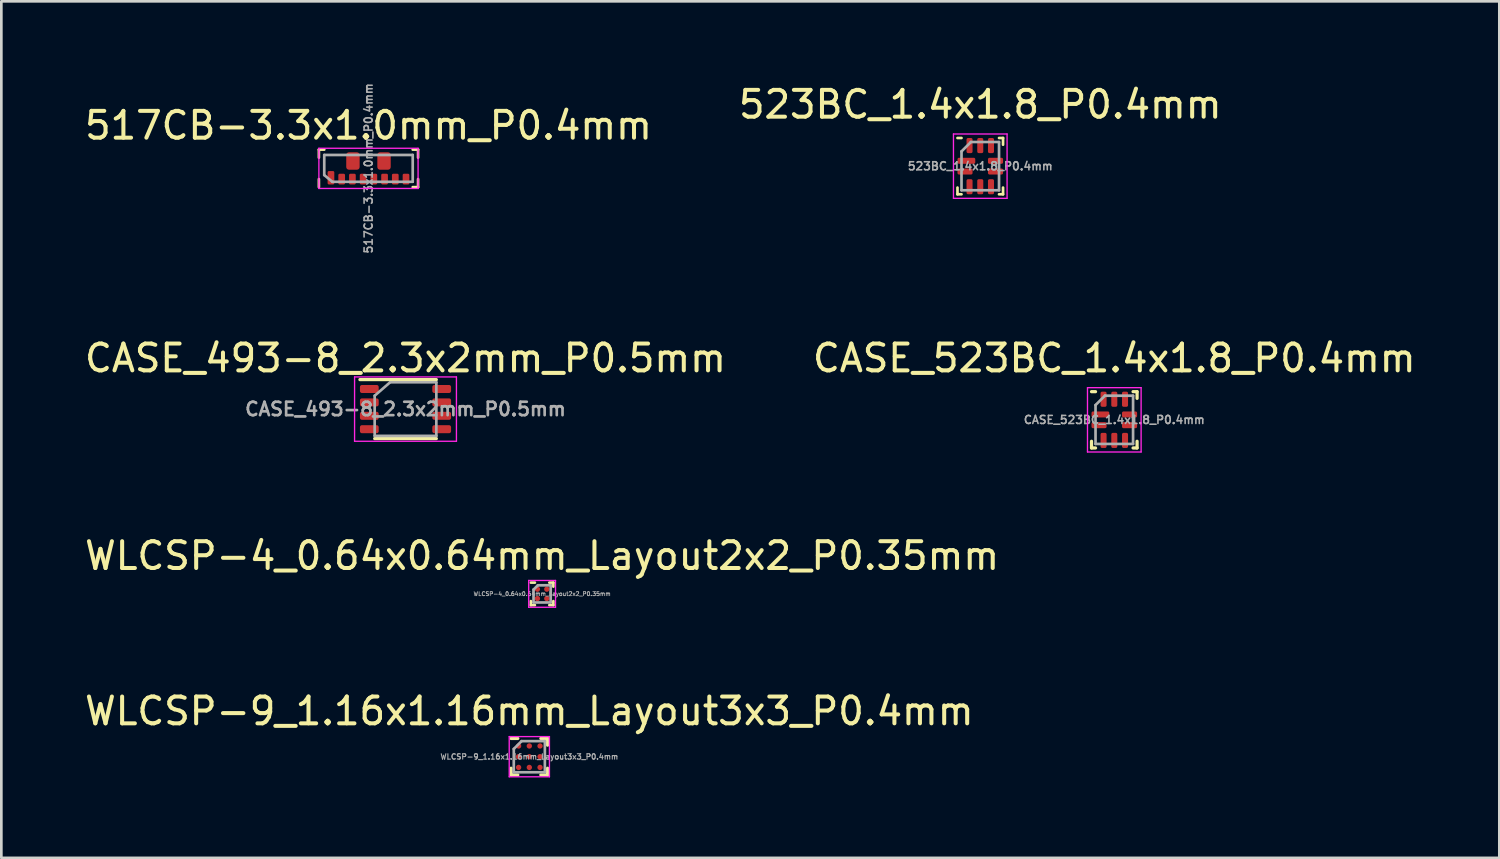
<source format=kicad_pcb>
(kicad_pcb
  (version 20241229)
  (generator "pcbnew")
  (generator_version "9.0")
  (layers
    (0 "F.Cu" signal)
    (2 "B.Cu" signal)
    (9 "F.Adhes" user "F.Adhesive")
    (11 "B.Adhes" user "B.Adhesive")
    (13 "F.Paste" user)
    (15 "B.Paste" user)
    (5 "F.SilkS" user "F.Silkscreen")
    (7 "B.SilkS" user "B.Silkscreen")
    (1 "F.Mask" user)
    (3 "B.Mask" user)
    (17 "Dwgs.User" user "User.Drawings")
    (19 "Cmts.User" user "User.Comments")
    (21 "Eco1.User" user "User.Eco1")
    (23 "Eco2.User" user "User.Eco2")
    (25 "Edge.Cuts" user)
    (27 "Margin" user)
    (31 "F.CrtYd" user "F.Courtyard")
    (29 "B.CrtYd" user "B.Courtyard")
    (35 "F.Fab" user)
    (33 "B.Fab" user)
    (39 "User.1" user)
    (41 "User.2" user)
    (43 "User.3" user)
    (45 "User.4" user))
  (footprint "WLCSP-4_0.64x0.64mm_Layout2x2_P0.35mm"
    (layer "F.Cu")
    (at 17.173 19.104)
    (property "Reference" "WLCSP-4_0.64x0.64mm_Layout2x2_P0.35mm" (at 0 -1.42 0) (layer "F.SilkS") (effects (font (size 1 1) (thickness 0.15))))
    (attr smd)
    (fp_line (start -0.42 -0.42) (end -0.27 -0.42) (stroke (width 0.1) (type solid)) (layer "F.SilkS"))
    (fp_line (start -0.42 0.42) (end -0.42 0.27) (stroke (width 0.1) (type solid)) (layer "F.SilkS"))
    (fp_line (start -0.42 0.42) (end -0.27 0.42) (stroke (width 0.1) (type solid)) (layer "F.SilkS"))
    (fp_line (start 0.27 -0.42) (end 0.42 -0.42) (stroke (width 0.1) (type solid)) (layer "F.SilkS"))
    (fp_line (start 0.27 0.42) (end 0.42 0.42) (stroke (width 0.1) (type solid)) (layer "F.SilkS"))
    (fp_line (start 0.42 -0.27) (end 0.42 -0.42) (stroke (width 0.1) (type solid)) (layer "F.SilkS"))
    (fp_line (start 0.42 0.42) (end 0.42 0.27) (stroke (width 0.1) (type solid)) (layer "F.SilkS"))
    (fp_line (start -0.5 -0.5) (end 0.5 -0.5) (stroke (width 0.05) (type solid)) (layer "F.CrtYd"))
    (fp_line (start -0.5 0.5) (end -0.5 -0.5) (stroke (width 0.05) (type solid)) (layer "F.CrtYd"))
    (fp_line (start -0.5 0.5) (end 0.5 0.5) (stroke (width 0.05) (type solid)) (layer "F.CrtYd"))
    (fp_line (start 0.5 0.5) (end 0.5 -0.5) (stroke (width 0.05) (type solid)) (layer "F.CrtYd"))
    (fp_line (start -0.32 -0.16) (end -0.16 -0.32) (stroke (width 0.1) (type solid)) (layer "F.Fab"))
    (fp_line (start -0.32 0.32) (end -0.32 -0.16) (stroke (width 0.1) (type solid)) (layer "F.Fab"))
    (fp_line (start -0.32 0.32) (end 0.32 0.32) (stroke (width 0.1) (type solid)) (layer "F.Fab"))
    (fp_line (start -0.16 -0.32) (end 0.32 -0.32) (stroke (width 0.1) (type solid)) (layer "F.Fab"))
    (fp_line (start 0.32 0.32) (end 0.32 -0.32) (stroke (width 0.1) (type solid)) (layer "F.Fab"))
    (fp_text user "${REFERENCE}" (at 0 0 0) (layer "F.Fab") (effects (font (size 0.15 0.15) (thickness 0.03))))
    (pad "A1" smd circle (at -0.175 -0.175) (size 0.2 0.2) (layers "F.Cu" "F.Mask" "F.Paste"))
    (pad "A2" smd circle (at 0.175 -0.175) (size 0.2 0.2) (layers "F.Cu" "F.Mask" "F.Paste"))
    (pad "B1" smd circle (at -0.175 0.175) (size 0.2 0.2) (layers "F.Cu" "F.Mask" "F.Paste"))
    (pad "B2" smd circle (at 0.175 0.175) (size 0.2 0.2) (layers "F.Cu" "F.Mask" "F.Paste")))
  (footprint "CASE_493-8_2.3x2mm_P0.5mm"
    (layer "F.Cu")
    (at 12.077 12.211)
    (property "Reference" "CASE_493-8_2.3x2mm_P0.5mm" (at 0 -1.9 0) (layer "F.SilkS") (effects (font (size 1 1) (thickness 0.15))))
    (attr smd)
    (fp_line (start 1.15 -1.1) (end -1.7 -1.1) (stroke (width 0.12) (type solid)) (layer "F.SilkS"))
    (fp_line (start 1.15 1.1) (end -1.15 1.1) (stroke (width 0.12) (type solid)) (layer "F.SilkS"))
    (fp_line (start -1.9 -1.2) (end -1.9 1.2) (stroke (width 0.05) (type solid)) (layer "F.CrtYd"))
    (fp_line (start -1.9 1.2) (end 1.9 1.2) (stroke (width 0.05) (type solid)) (layer "F.CrtYd"))
    (fp_line (start 1.9 -1.2) (end -1.9 -1.2) (stroke (width 0.05) (type solid)) (layer "F.CrtYd"))
    (fp_line (start 1.9 1.2) (end 1.9 -1.2) (stroke (width 0.05) (type solid)) (layer "F.CrtYd"))
    (fp_line (start -1.15 -0.5) (end -0.575 -1) (stroke (width 0.1) (type solid)) (layer "F.Fab"))
    (fp_line (start -1.15 1) (end -1.15 -0.5) (stroke (width 0.1) (type solid)) (layer "F.Fab"))
    (fp_line (start -0.575 -1) (end 1.15 -1) (stroke (width 0.1) (type solid)) (layer "F.Fab"))
    (fp_line (start 1.15 -1) (end 1.15 1) (stroke (width 0.1) (type solid)) (layer "F.Fab"))
    (fp_line (start 1.15 1) (end -1.15 1) (stroke (width 0.1) (type solid)) (layer "F.Fab"))
    (fp_text user "${REFERENCE}" (at 0 0 0) (layer "F.Fab") (effects (font (size 0.5 0.5) (thickness 0.1))))
    (pad "1" smd roundrect (at -1.35 -0.75) (size 0.7 0.3) (layers "F.Cu" "F.Mask" "F.Paste") (roundrect_rratio 0.25))
    (pad "2" smd roundrect (at -1.35 -0.25) (size 0.7 0.3) (layers "F.Cu" "F.Mask" "F.Paste") (roundrect_rratio 0.25))
    (pad "3" smd roundrect (at -1.35 0.25) (size 0.7 0.3) (layers "F.Cu" "F.Mask" "F.Paste") (roundrect_rratio 0.25))
    (pad "4" smd roundrect (at -1.35 0.75) (size 0.7 0.3) (layers "F.Cu" "F.Mask" "F.Paste") (roundrect_rratio 0.25))
    (pad "5" smd roundrect (at 1.35 0.75) (size 0.7 0.3) (layers "F.Cu" "F.Mask" "F.Paste") (roundrect_rratio 0.25))
    (pad "6" smd roundrect (at 1.35 0.25) (size 0.7 0.3) (layers "F.Cu" "F.Mask" "F.Paste") (roundrect_rratio 0.25))
    (pad "7" smd roundrect (at 1.35 -0.25) (size 0.7 0.3) (layers "F.Cu" "F.Mask" "F.Paste") (roundrect_rratio 0.25))
    (pad "8" smd roundrect (at 1.35 -0.75) (size 0.7 0.3) (layers "F.Cu" "F.Mask" "F.Paste") (roundrect_rratio 0.25)))
  (footprint "CASE_523BC_1.4x1.8_P0.4mm"
    (layer "F.Cu")
    (at 38.518 12.611)
    (property "Reference" "CASE_523BC_1.4x1.8_P0.4mm" (at 0 -2.3 0) (layer "F.SilkS") (effects (font (size 1 1) (thickness 0.15))))
    (attr smd)
    (fp_line (start -0.85 1.05) (end -0.85 0.8) (stroke (width 0.12) (type solid)) (layer "F.SilkS"))
    (fp_line (start -0.7 -1.05) (end -0.85 -1.05) (stroke (width 0.12) (type solid)) (layer "F.SilkS"))
    (fp_line (start -0.7 1.05) (end -0.85 1.05) (stroke (width 0.12) (type solid)) (layer "F.SilkS"))
    (fp_line (start 0.7 -1.05) (end 0.85 -1.05) (stroke (width 0.12) (type solid)) (layer "F.SilkS"))
    (fp_line (start 0.7 1.05) (end 0.85 1.05) (stroke (width 0.12) (type solid)) (layer "F.SilkS"))
    (fp_line (start 0.85 -1.05) (end 0.85 -0.8) (stroke (width 0.12) (type solid)) (layer "F.SilkS"))
    (fp_line (start 0.85 1.05) (end 0.85 0.8) (stroke (width 0.12) (type solid)) (layer "F.SilkS"))
    (fp_line (start -1 -1.2) (end 1 -1.2) (stroke (width 0.05) (type solid)) (layer "F.CrtYd"))
    (fp_line (start -1 1.2) (end -1 -1.2) (stroke (width 0.05) (type solid)) (layer "F.CrtYd"))
    (fp_line (start 1 -1.2) (end 1 1.2) (stroke (width 0.05) (type solid)) (layer "F.CrtYd"))
    (fp_line (start 1 1.2) (end -1 1.2) (stroke (width 0.05) (type solid)) (layer "F.CrtYd"))
    (fp_line (start -0.7 -0.55) (end -0.7 0.9) (stroke (width 0.1) (type solid)) (layer "F.Fab"))
    (fp_line (start -0.7 0.9) (end 0.7 0.9) (stroke (width 0.1) (type solid)) (layer "F.Fab"))
    (fp_line (start -0.35 -0.9) (end -0.7 -0.55) (stroke (width 0.1) (type solid)) (layer "F.Fab"))
    (fp_line (start 0.7 -0.9) (end -0.35 -0.9) (stroke (width 0.1) (type solid)) (layer "F.Fab"))
    (fp_line (start 0.7 0.9) (end 0.7 -0.9) (stroke (width 0.1) (type solid)) (layer "F.Fab"))
    (fp_text user "${REFERENCE}" (at 0 0 0) (layer "F.Fab") (effects (font (size 0.3 0.3) (thickness 0.06))))
    (pad "1" smd roundrect (at -0.518 -0.2 90) (size 0.225 0.663) (layers "F.Cu" "F.Mask" "F.Paste") (roundrect_rratio 0.25))
    (pad "2" smd roundrect (at -0.569 0.2 90) (size 0.225 0.563) (layers "F.Cu" "F.Mask" "F.Paste") (roundrect_rratio 0.25))
    (pad "3" smd roundrect (at -0.4 0.768) (size 0.225 0.563) (layers "F.Cu" "F.Mask" "F.Paste") (roundrect_rratio 0.25))
    (pad "4" smd roundrect (at 0 0.768) (size 0.225 0.563) (layers "F.Cu" "F.Mask" "F.Paste") (roundrect_rratio 0.25))
    (pad "5" smd roundrect (at 0.4 0.768) (size 0.225 0.563) (layers "F.Cu" "F.Mask" "F.Paste") (roundrect_rratio 0.25))
    (pad "6" smd roundrect (at 0.569 0.2 90) (size 0.225 0.563) (layers "F.Cu" "F.Mask" "F.Paste") (roundrect_rratio 0.25))
    (pad "7" smd roundrect (at 0.569 -0.2 90) (size 0.225 0.563) (layers "F.Cu" "F.Mask" "F.Paste") (roundrect_rratio 0.25))
    (pad "8" smd roundrect (at 0.4 -0.768) (size 0.225 0.563) (layers "F.Cu" "F.Mask" "F.Paste") (roundrect_rratio 0.25))
    (pad "9" smd roundrect (at 0 -0.768) (size 0.225 0.563) (layers "F.Cu" "F.Mask" "F.Paste") (roundrect_rratio 0.25))
    (pad "10" smd roundrect (at -0.4 -0.768) (size 0.225 0.563) (layers "F.Cu" "F.Mask" "F.Paste") (roundrect_rratio 0.25)))
  (footprint "517CB-3.3x1.0mm_P0.4mm"
    (layer "F.Cu")
    (at 10.696 3.231)
    (property "Reference" "517CB-3.3x1.0mm_P0.4mm" (at 0 -1.6 0) (layer "F.SilkS") (effects (font (size 1 1) (thickness 0.15))))
    (attr smd)
    (fp_line (start -1.85 -0.7) (end -1.65 -0.7) (stroke (width 0.1) (type solid)) (layer "F.SilkS"))
    (fp_line (start -1.85 -0.4) (end -1.85 -0.7) (stroke (width 0.1) (type solid)) (layer "F.SilkS"))
    (fp_line (start -1.85 0.7) (end -1.85 0.4) (stroke (width 0.1) (type solid)) (layer "F.SilkS"))
    (fp_line (start 1.65 -0.7) (end 1.85 -0.7) (stroke (width 0.1) (type solid)) (layer "F.SilkS"))
    (fp_line (start 1.85 -0.7) (end 1.85 -0.4) (stroke (width 0.1) (type solid)) (layer "F.SilkS"))
    (fp_line (start 1.85 0.4) (end 1.85 0.7) (stroke (width 0.1) (type solid)) (layer "F.SilkS"))
    (fp_line (start 1.85 0.7) (end 1.65 0.7) (stroke (width 0.1) (type solid)) (layer "F.SilkS"))
    (fp_line (start -1.85 -0.75) (end 1.85 -0.75) (stroke (width 0.05) (type solid)) (layer "F.CrtYd"))
    (fp_line (start -1.85 0.75) (end -1.85 -0.75) (stroke (width 0.05) (type solid)) (layer "F.CrtYd"))
    (fp_line (start 1.85 -0.75) (end 1.85 0.75) (stroke (width 0.05) (type solid)) (layer "F.CrtYd"))
    (fp_line (start 1.85 0.75) (end -1.85 0.75) (stroke (width 0.05) (type solid)) (layer "F.CrtYd"))
    (fp_line (start -1.65 -0.5) (end 1.65 -0.5) (stroke (width 0.1) (type solid)) (layer "F.Fab"))
    (fp_line (start -1.65 0.25) (end -1.65 -0.5) (stroke (width 0.1) (type solid)) (layer "F.Fab"))
    (fp_line (start -1.35 0.5) (end -1.65 0.25) (stroke (width 0.1) (type solid)) (layer "F.Fab"))
    (fp_line (start 1.65 -0.5) (end 1.65 0.5) (stroke (width 0.1) (type solid)) (layer "F.Fab"))
    (fp_line (start 1.65 0.5) (end -1.35 0.5) (stroke (width 0.1) (type solid)) (layer "F.Fab"))
    (fp_text user "${REFERENCE}" (at 0 0 90) (layer "F.Fab") (effects (font (size 0.3 0.3) (thickness 0.06))))
    (pad "1" smd roundrect (at -1.4 0.35) (size 0.25 0.5) (layers "F.Cu" "F.Mask" "F.Paste") (roundrect_rratio 0.2))
    (pad "2" smd roundrect (at -1 0.4) (size 0.25 0.4) (layers "F.Cu" "F.Mask" "F.Paste") (roundrect_rratio 0.2))
    (pad "3" smd roundrect (at -0.6 0.4) (size 0.25 0.4) (layers "F.Cu" "F.Mask" "F.Paste") (roundrect_rratio 0.2))
    (pad "4" smd roundrect (at -0.2 0.4) (size 0.25 0.4) (layers "F.Cu" "F.Mask" "F.Paste") (roundrect_rratio 0.2))
    (pad "5" smd roundrect (at 0.2 0.4) (size 0.25 0.4) (layers "F.Cu" "F.Mask" "F.Paste") (roundrect_rratio 0.2))
    (pad "6" smd roundrect (at 0.6 0.4) (size 0.25 0.4) (layers "F.Cu" "F.Mask" "F.Paste") (roundrect_rratio 0.2))
    (pad "7" smd roundrect (at 1 0.4) (size 0.25 0.4) (layers "F.Cu" "F.Mask" "F.Paste") (roundrect_rratio 0.2))
    (pad "8" smd roundrect (at 1.4 0.4) (size 0.25 0.4) (layers "F.Cu" "F.Mask" "F.Paste") (roundrect_rratio 0.2))
    (pad "9" smd roundrect (at 0.58 -0.275) (size 0.5 0.65) (layers "F.Cu" "F.Mask" "F.Paste") (roundrect_rratio 0.2))
    (pad "10" smd roundrect (at -0.58 -0.275) (size 0.5 0.65) (layers "F.Cu" "F.Mask" "F.Paste") (roundrect_rratio 0.2)))
  (footprint "WLCSP-9_1.16x1.16mm_Layout3x3_P0.4mm"
    (layer "F.Cu")
    (at 16.696 25.178)
    (property "Reference" "WLCSP-9_1.16x1.16mm_Layout3x3_P0.4mm" (at 0 -1.7 0) (layer "F.SilkS") (effects (font (size 1 1) (thickness 0.15))))
    (attr smd)
    (fp_line (start -0.68 -0.68) (end -0.43 -0.68) (stroke (width 0.12) (type solid)) (layer "F.SilkS"))
    (fp_line (start -0.68 0.68) (end -0.68 0.43) (stroke (width 0.12) (type solid)) (layer "F.SilkS"))
    (fp_line (start -0.68 0.68) (end -0.43 0.68) (stroke (width 0.12) (type solid)) (layer "F.SilkS"))
    (fp_line (start 0.43 -0.68) (end 0.68 -0.68) (stroke (width 0.12) (type solid)) (layer "F.SilkS"))
    (fp_line (start 0.43 0.68) (end 0.68 0.68) (stroke (width 0.12) (type solid)) (layer "F.SilkS"))
    (fp_line (start 0.68 -0.43) (end 0.68 -0.68) (stroke (width 0.12) (type solid)) (layer "F.SilkS"))
    (fp_line (start 0.68 0.68) (end 0.68 0.43) (stroke (width 0.12) (type solid)) (layer "F.SilkS"))
    (fp_line (start -0.75 -0.75) (end 0.75 -0.75) (stroke (width 0.05) (type solid)) (layer "F.CrtYd"))
    (fp_line (start -0.75 0.75) (end -0.75 -0.75) (stroke (width 0.05) (type solid)) (layer "F.CrtYd"))
    (fp_line (start -0.75 0.75) (end 0.75 0.75) (stroke (width 0.05) (type solid)) (layer "F.CrtYd"))
    (fp_line (start 0.75 0.75) (end 0.75 -0.75) (stroke (width 0.05) (type solid)) (layer "F.CrtYd"))
    (fp_line (start -0.58 -0.29) (end -0.29 -0.58) (stroke (width 0.1) (type solid)) (layer "F.Fab"))
    (fp_line (start -0.58 0.58) (end -0.58 -0.29) (stroke (width 0.1) (type solid)) (layer "F.Fab"))
    (fp_line (start -0.58 0.58) (end 0.58 0.58) (stroke (width 0.1) (type solid)) (layer "F.Fab"))
    (fp_line (start -0.29 -0.58) (end 0.58 -0.58) (stroke (width 0.1) (type solid)) (layer "F.Fab"))
    (fp_line (start 0.58 0.58) (end 0.58 -0.58) (stroke (width 0.1) (type solid)) (layer "F.Fab"))
    (fp_text user "${REFERENCE}" (at 0 0 0) (layer "F.Fab") (effects (font (size 0.2 0.2) (thickness 0.04))))
    (pad "A1" smd circle (at -0.4 -0.4) (size 0.2 0.2) (layers "F.Cu" "F.Mask" "F.Paste"))
    (pad "A2" smd circle (at 0 -0.4) (size 0.2 0.2) (layers "F.Cu" "F.Mask" "F.Paste"))
    (pad "A3" smd circle (at 0.4 -0.4) (size 0.2 0.2) (layers "F.Cu" "F.Mask" "F.Paste"))
    (pad "B1" smd circle (at -0.4 0) (size 0.2 0.2) (layers "F.Cu" "F.Mask" "F.Paste"))
    (pad "B2" smd circle (at 0 0) (size 0.2 0.2) (layers "F.Cu" "F.Mask" "F.Paste"))
    (pad "B3" smd circle (at 0.4 0) (size 0.2 0.2) (layers "F.Cu" "F.Mask" "F.Paste"))
    (pad "C1" smd circle (at -0.4 0.4) (size 0.2 0.2) (layers "F.Cu" "F.Mask" "F.Paste"))
    (pad "C2" smd circle (at 0 0.4) (size 0.2 0.2) (layers "F.Cu" "F.Mask" "F.Paste"))
    (pad "C3" smd circle (at 0.4 0.4) (size 0.2 0.2) (layers "F.Cu" "F.Mask" "F.Paste")))
  (footprint "523BC_1.4x1.8_P0.4mm"
    (layer "F.Cu")
    (at 33.518 3.148)
    (property "Reference" "523BC_1.4x1.8_P0.4mm" (at 0 -2.3 0) (layer "F.SilkS") (effects (font (size 1 1) (thickness 0.15))))
    (attr smd)
    (fp_line (start -0.85 1.05) (end -0.85 0.8) (stroke (width 0.1) (type solid)) (layer "F.SilkS"))
    (fp_line (start -0.7 -1.05) (end -0.85 -1.05) (stroke (width 0.1) (type solid)) (layer "F.SilkS"))
    (fp_line (start -0.7 1.05) (end -0.85 1.05) (stroke (width 0.1) (type solid)) (layer "F.SilkS"))
    (fp_line (start 0.7 -1.05) (end 0.85 -1.05) (stroke (width 0.1) (type solid)) (layer "F.SilkS"))
    (fp_line (start 0.7 1.05) (end 0.85 1.05) (stroke (width 0.1) (type solid)) (layer "F.SilkS"))
    (fp_line (start 0.85 -1.05) (end 0.85 -0.8) (stroke (width 0.1) (type solid)) (layer "F.SilkS"))
    (fp_line (start 0.85 1.05) (end 0.85 0.8) (stroke (width 0.1) (type solid)) (layer "F.SilkS"))
    (fp_line (start -1 -1.2) (end 1 -1.2) (stroke (width 0.05) (type solid)) (layer "F.CrtYd"))
    (fp_line (start -1 1.2) (end -1 -1.2) (stroke (width 0.05) (type solid)) (layer "F.CrtYd"))
    (fp_line (start 1 -1.2) (end 1 1.2) (stroke (width 0.05) (type solid)) (layer "F.CrtYd"))
    (fp_line (start 1 1.2) (end -1 1.2) (stroke (width 0.05) (type solid)) (layer "F.CrtYd"))
    (fp_line (start -0.7 -0.55) (end -0.7 0.9) (stroke (width 0.1) (type solid)) (layer "F.Fab"))
    (fp_line (start -0.7 0.9) (end 0.7 0.9) (stroke (width 0.1) (type solid)) (layer "F.Fab"))
    (fp_line (start -0.35 -0.9) (end -0.7 -0.55) (stroke (width 0.1) (type solid)) (layer "F.Fab"))
    (fp_line (start 0.7 -0.9) (end -0.35 -0.9) (stroke (width 0.1) (type solid)) (layer "F.Fab"))
    (fp_line (start 0.7 0.9) (end 0.7 -0.9) (stroke (width 0.1) (type solid)) (layer "F.Fab"))
    (fp_text user "${REFERENCE}" (at 0 0 0) (layer "F.Fab") (effects (font (size 0.3 0.3) (thickness 0.06))))
    (pad "1" smd roundrect (at -0.518 -0.2 90) (size 0.225 0.663) (layers "F.Cu" "F.Mask" "F.Paste") (roundrect_rratio 0.25))
    (pad "2" smd roundrect (at -0.569 0.2 90) (size 0.225 0.563) (layers "F.Cu" "F.Mask" "F.Paste") (roundrect_rratio 0.25))
    (pad "3" smd roundrect (at -0.4 0.768) (size 0.225 0.563) (layers "F.Cu" "F.Mask" "F.Paste") (roundrect_rratio 0.25))
    (pad "4" smd roundrect (at 0 0.768) (size 0.225 0.563) (layers "F.Cu" "F.Mask" "F.Paste") (roundrect_rratio 0.25))
    (pad "5" smd roundrect (at 0.4 0.768) (size 0.225 0.563) (layers "F.Cu" "F.Mask" "F.Paste") (roundrect_rratio 0.25))
    (pad "6" smd roundrect (at 0.569 0.2 90) (size 0.225 0.563) (layers "F.Cu" "F.Mask" "F.Paste") (roundrect_rratio 0.25))
    (pad "7" smd roundrect (at 0.569 -0.2 90) (size 0.225 0.563) (layers "F.Cu" "F.Mask" "F.Paste") (roundrect_rratio 0.25))
    (pad "8" smd roundrect (at 0.4 -0.768) (size 0.225 0.563) (layers "F.Cu" "F.Mask" "F.Paste") (roundrect_rratio 0.25))
    (pad "9" smd roundrect (at 0 -0.768) (size 0.225 0.563) (layers "F.Cu" "F.Mask" "F.Paste") (roundrect_rratio 0.25))
    (pad "10" smd roundrect (at -0.4 -0.768) (size 0.225 0.563) (layers "F.Cu" "F.Mask" "F.Paste") (roundrect_rratio 0.25)))
  (gr_rect
    (start -3 -3)
    (end 52.881 28.953)
    (stroke (width 0.1) (type default))
    (fill no)
    (layer "Edge.Cuts")))
</source>
